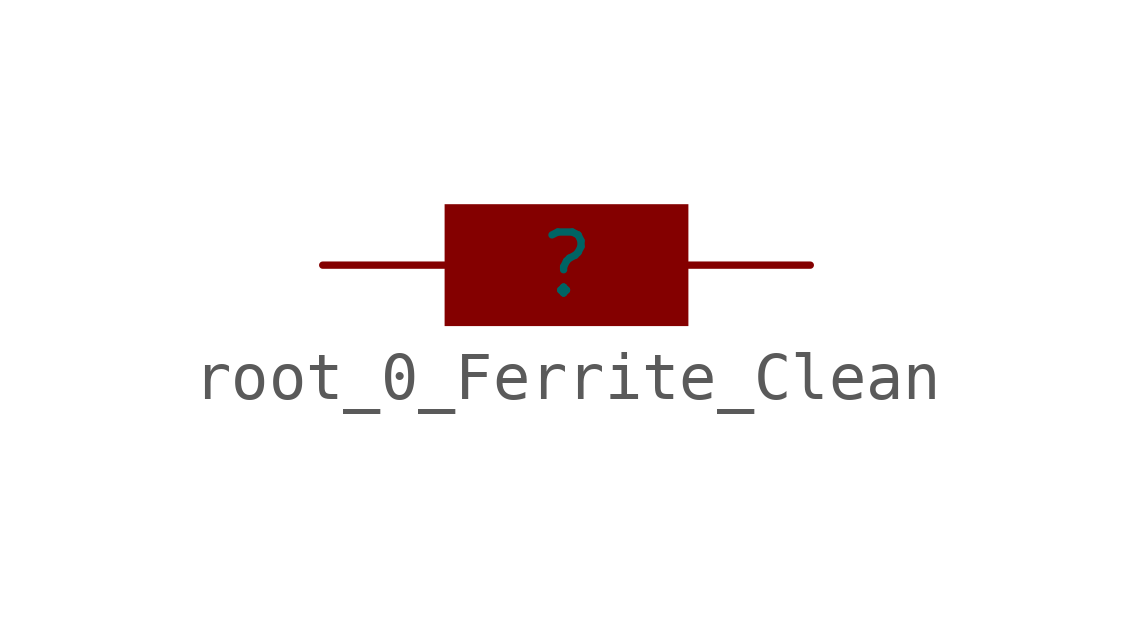
<source format=kicad_sym>
(kicad_symbol_lib
  (version 20241209)
  (generator "kicad_symbol_editor")
  (generator_version "9.0")
  (symbol "root_0_Ferrite_Clean"
    (pin_numbers
      (hide yes))
    (pin_names
      (hide yes))
    (property "Reference" ""
      (at 0 0 0)
      (effects (font (size 1.27 1.27))))
    (property "Value" ""
      (at 0 0 0)
      (effects (font (size 1.27 1.27))))
    (symbol "root_0_Ferrite_Clean_1_0"
      (rectangle (start 2.54 1.27) (end -2.54 -1.27) (stroke (width -0.0001) (type solid)) (fill (type outline)))
      (pin passive line (at -5.08 0 0) (length 2.54) (name "1" (effects (font (size 1.27 1.27)))) (number "1" (effects (font (size 1.27 1.27)))))
      (pin passive line (at 5.08 0 180) (length 2.54) (name "2" (effects (font (size 1.27 1.27)))) (number "2" (effects (font (size 1.27 1.27))))))))
</source>
